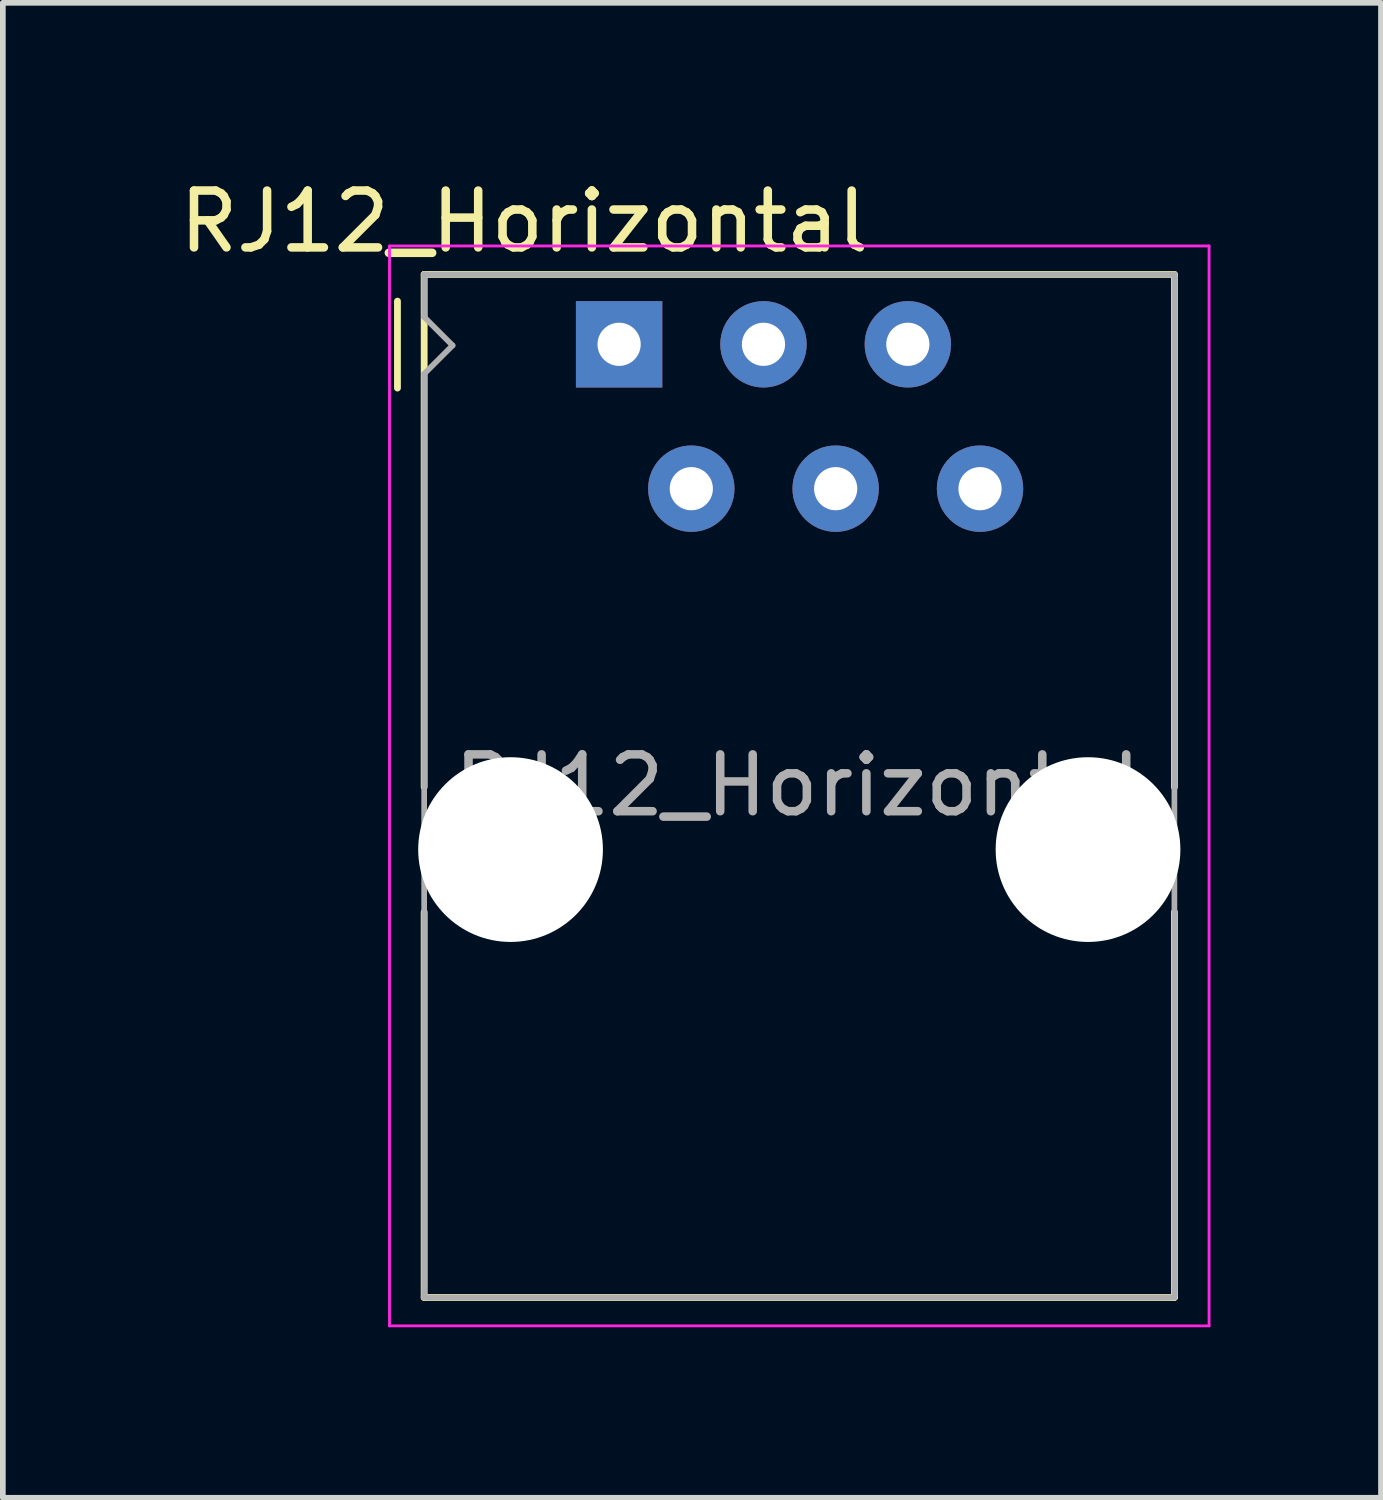
<source format=kicad_pcb>
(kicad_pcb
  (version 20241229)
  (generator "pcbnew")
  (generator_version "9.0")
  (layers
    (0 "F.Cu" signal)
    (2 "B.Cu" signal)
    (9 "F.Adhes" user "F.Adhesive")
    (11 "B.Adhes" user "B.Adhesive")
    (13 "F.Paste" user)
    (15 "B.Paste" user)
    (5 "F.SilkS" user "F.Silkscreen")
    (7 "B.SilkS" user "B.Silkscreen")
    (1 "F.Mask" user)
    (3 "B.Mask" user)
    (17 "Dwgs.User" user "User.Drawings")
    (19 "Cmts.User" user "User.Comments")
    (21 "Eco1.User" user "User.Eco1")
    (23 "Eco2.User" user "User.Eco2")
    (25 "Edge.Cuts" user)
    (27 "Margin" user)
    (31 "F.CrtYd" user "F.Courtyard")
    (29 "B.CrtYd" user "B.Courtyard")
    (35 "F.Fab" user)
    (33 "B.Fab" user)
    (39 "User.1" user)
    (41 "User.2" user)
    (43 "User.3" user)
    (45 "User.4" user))
  (footprint "RJ12_Horizontal"
    (layer "F.Cu")
    (at 11.013 10.778)
    (property "Reference" "RJ12_Horizontal" (at -4.84 -9.93 0) (layer "F.SilkS") (effects (font (size 1 1) (thickness 0.15))))
    (attr through_hole)
    (fp_line (start -7.07 -7) (end -7.07 -8.53) (stroke (width 0.12) (type solid)) (layer "F.SilkS"))
    (fp_line (start -6.6 -9) (end 6.6 -9) (stroke (width 0.12) (type solid)) (layer "F.SilkS"))
    (fp_line (start -6.6 -0.05) (end -6.6 0.02) (stroke (width 0.1) (type solid)) (layer "F.SilkS"))
    (fp_line (start -6.6 0.02) (end -6.6 -9) (stroke (width 0.12) (type solid)) (layer "F.SilkS"))
    (fp_line (start -6.6 9) (end -6.6 2.22) (stroke (width 0.12) (type solid)) (layer "F.SilkS"))
    (fp_line (start 6.6 -9) (end 6.6 0.02) (stroke (width 0.12) (type solid)) (layer "F.SilkS"))
    (fp_line (start 6.6 8.88) (end 6.6 9) (stroke (width 0.1) (type solid)) (layer "F.SilkS"))
    (fp_line (start 6.6 8.99) (end 6.6 9) (stroke (width 0.1) (type solid)) (layer "F.SilkS"))
    (fp_line (start 6.6 9) (end -6.6 9) (stroke (width 0.12) (type solid)) (layer "F.SilkS"))
    (fp_line (start 6.6 9) (end 6.6 2.22) (stroke (width 0.12) (type solid)) (layer "F.SilkS"))
    (fp_line (start -7.21 -9.5) (end 7.21 -9.5) (stroke (width 0.05) (type solid)) (layer "F.CrtYd"))
    (fp_line (start -7.21 9.5) (end -7.21 -9.5) (stroke (width 0.05) (type solid)) (layer "F.CrtYd"))
    (fp_line (start 7.21 -9.5) (end 7.21 9.5) (stroke (width 0.05) (type solid)) (layer "F.CrtYd"))
    (fp_line (start 7.21 9.5) (end -7.21 9.5) (stroke (width 0.05) (type solid)) (layer "F.CrtYd"))
    (fp_line (start -6.6 -9) (end 6.6 -9) (stroke (width 0.1) (type solid)) (layer "F.Fab"))
    (fp_line (start -6.6 -8.25) (end -6.6 -9) (stroke (width 0.1) (type solid)) (layer "F.Fab"))
    (fp_line (start -6.6 -7.25) (end -6.1 -7.75) (stroke (width 0.1) (type solid)) (layer "F.Fab"))
    (fp_line (start -6.6 9) (end -6.6 -7.25) (stroke (width 0.1) (type solid)) (layer "F.Fab"))
    (fp_line (start -6.1 -7.75) (end -6.6 -8.25) (stroke (width 0.1) (type solid)) (layer "F.Fab"))
    (fp_line (start 6.6 -9) (end 6.6 9) (stroke (width 0.1) (type solid)) (layer "F.Fab"))
    (fp_line (start 6.6 9) (end -6.6 9) (stroke (width 0.1) (type solid)) (layer "F.Fab"))
    (fp_text user "${REFERENCE}" (at -0.01 -0.01 0) (layer "F.Fab") (effects (font (size 1 1) (thickness 0.15))))
    (pad "" np_thru_hole circle (at -5.08 1.12) (size 3.25 3.25) (drill 3.25) (layers "*.Cu" "*.Mask"))
    (pad "" np_thru_hole circle (at 5.08 1.12) (size 3.25 3.25) (drill 3.25) (layers "*.Cu" "*.Mask"))
    (pad "1" thru_hole rect (at -3.17 -7.77) (size 1.52 1.52) (drill 0.76) (layers "*.Cu" "*.Mask"))
    (pad "2" thru_hole circle (at -1.9 -5.23) (size 1.52 1.52) (drill 0.76) (layers "*.Cu" "*.Mask"))
    (pad "3" thru_hole circle (at -0.63 -7.77) (size 1.52 1.52) (drill 0.76) (layers "*.Cu" "*.Mask"))
    (pad "4" thru_hole circle (at 0.64 -5.23) (size 1.52 1.52) (drill 0.76) (layers "*.Cu" "*.Mask"))
    (pad "5" thru_hole circle (at 1.91 -7.77) (size 1.52 1.52) (drill 0.76) (layers "*.Cu" "*.Mask"))
    (pad "6" thru_hole circle (at 3.18 -5.23) (size 1.52 1.52) (drill 0.76) (layers "*.Cu" "*.Mask")))
  (gr_rect
    (start -3 -3)
    (end 21.248 23.303)
    (stroke (width 0.1) (type default))
    (fill no)
    (layer "Edge.Cuts")))
</source>
